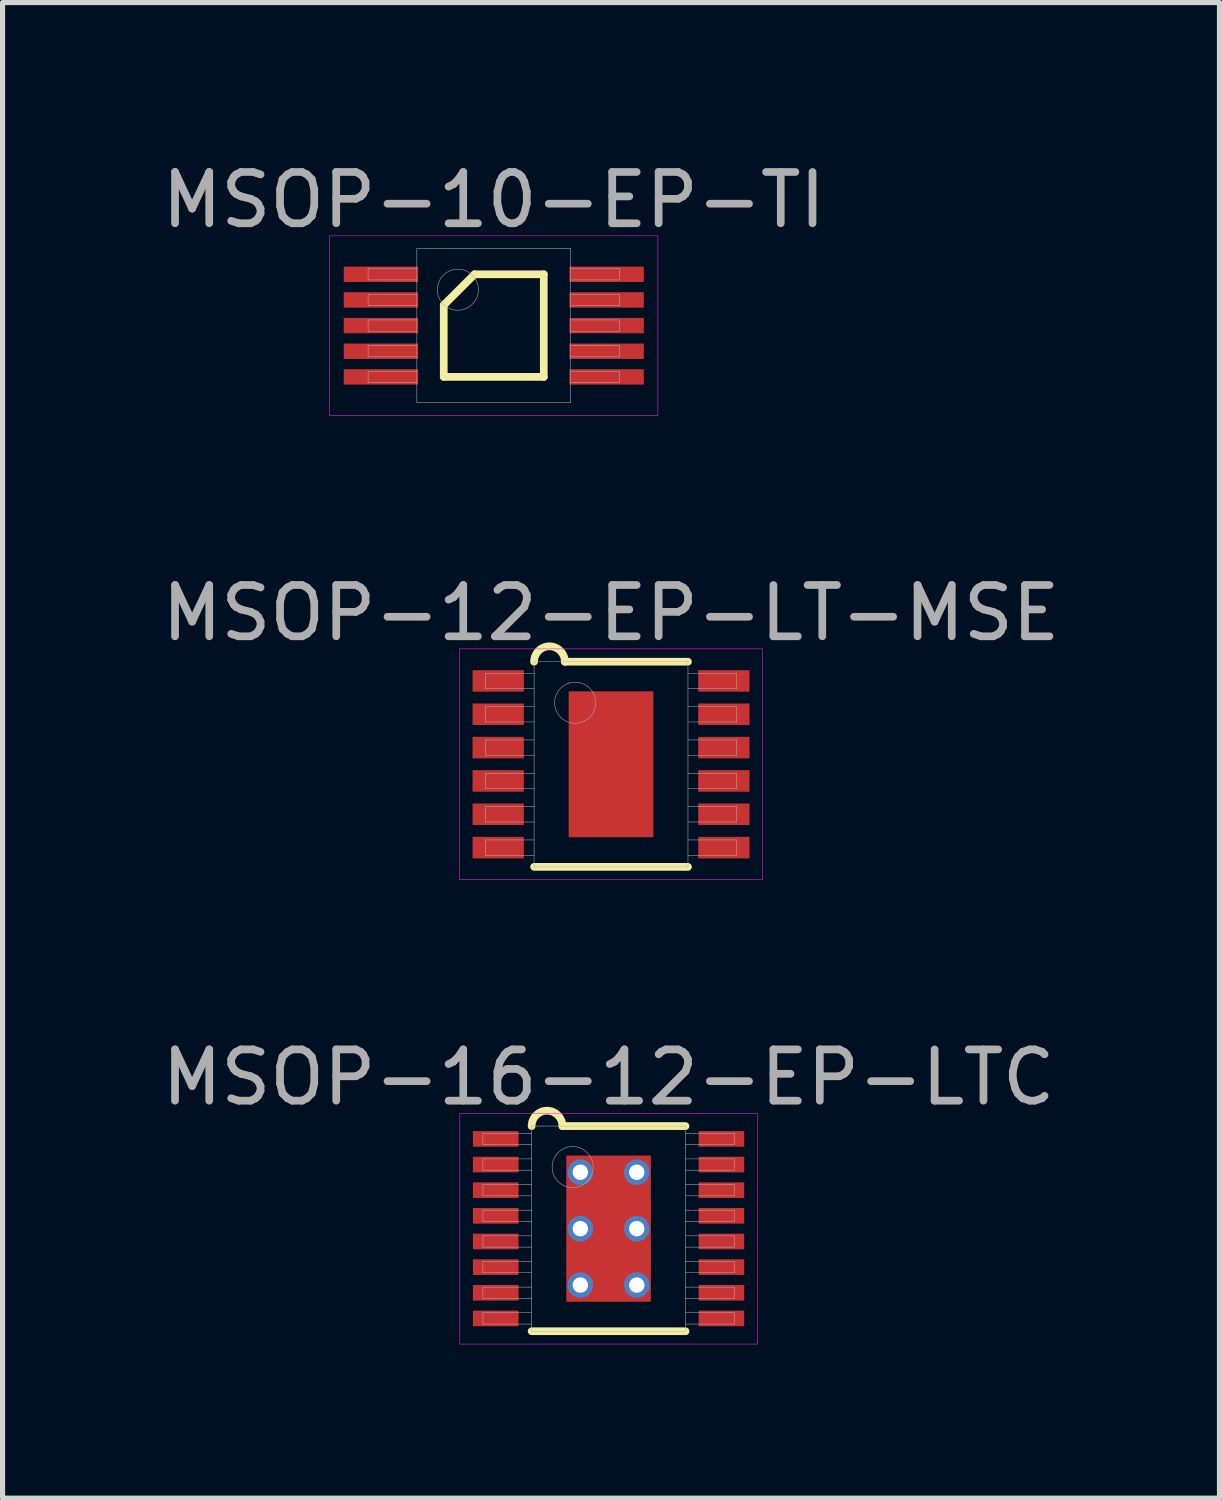
<source format=kicad_pcb>
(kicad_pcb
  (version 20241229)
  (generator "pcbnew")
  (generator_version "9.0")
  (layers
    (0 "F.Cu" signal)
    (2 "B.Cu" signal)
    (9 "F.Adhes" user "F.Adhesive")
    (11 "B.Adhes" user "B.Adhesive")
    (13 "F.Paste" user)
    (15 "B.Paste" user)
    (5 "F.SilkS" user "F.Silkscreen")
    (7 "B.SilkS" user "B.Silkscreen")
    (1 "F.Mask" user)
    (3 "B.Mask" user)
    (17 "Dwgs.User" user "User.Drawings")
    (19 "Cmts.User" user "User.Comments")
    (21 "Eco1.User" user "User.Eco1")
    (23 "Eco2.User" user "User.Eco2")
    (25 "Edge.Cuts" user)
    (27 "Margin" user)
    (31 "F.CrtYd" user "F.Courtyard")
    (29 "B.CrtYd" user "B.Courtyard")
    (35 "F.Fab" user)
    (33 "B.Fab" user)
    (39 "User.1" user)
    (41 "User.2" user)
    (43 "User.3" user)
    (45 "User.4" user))
  (footprint "MSOP-16-12-EP-LTC"
    (layer "F.Cu")
    (at 8.815 20.905)
    (property "Reference" "MSOP-16-12-EP-LTC" (at 0 -2.95 0) (layer "F.Fab") (effects (font (size 1 1) (thickness 0.15))))
    (attr smd)
    (fp_line (start -1.5 2) (end 1.5 2) (stroke (width 0.15) (type solid)) (layer "F.SilkS"))
    (fp_line (start -0.9 -2) (end 1.5 -2) (stroke (width 0.15) (type solid)) (layer "F.SilkS"))
    (fp_arc (start -1.5 -2) (mid -1.2 -2.3) (end -0.9 -2) (stroke (width 0.15) (type solid)) (layer "F.SilkS"))
    (fp_line (start -2.9 -2.25) (end 2.9 -2.25) (stroke (width 0.01) (type solid)) (layer "F.CrtYd"))
    (fp_line (start -2.9 2.25) (end -2.9 -2.25) (stroke (width 0.01) (type solid)) (layer "F.CrtYd"))
    (fp_line (start 2.9 -2.25) (end 2.9 2.25) (stroke (width 0.01) (type solid)) (layer "F.CrtYd"))
    (fp_line (start 2.9 2.25) (end -2.9 2.25) (stroke (width 0.01) (type solid)) (layer "F.CrtYd"))
    (fp_line (start -2.45 -1.86) (end -1.5 -1.86) (stroke (width 0.01) (type solid)) (layer "F.Fab"))
    (fp_line (start -2.45 -1.64) (end -2.45 -1.86) (stroke (width 0.01) (type solid)) (layer "F.Fab"))
    (fp_line (start -2.45 -1.36) (end -1.5 -1.36) (stroke (width 0.01) (type solid)) (layer "F.Fab"))
    (fp_line (start -2.45 -1.14) (end -2.45 -1.36) (stroke (width 0.01) (type solid)) (layer "F.Fab"))
    (fp_line (start -2.45 -0.86) (end -1.5 -0.86) (stroke (width 0.01) (type solid)) (layer "F.Fab"))
    (fp_line (start -2.45 -0.64) (end -2.45 -0.86) (stroke (width 0.01) (type solid)) (layer "F.Fab"))
    (fp_line (start -2.45 -0.36) (end -1.5 -0.36) (stroke (width 0.01) (type solid)) (layer "F.Fab"))
    (fp_line (start -2.45 -0.14) (end -2.45 -0.36) (stroke (width 0.01) (type solid)) (layer "F.Fab"))
    (fp_line (start -2.45 0.14) (end -1.5 0.14) (stroke (width 0.01) (type solid)) (layer "F.Fab"))
    (fp_line (start -2.45 0.36) (end -2.45 0.14) (stroke (width 0.01) (type solid)) (layer "F.Fab"))
    (fp_line (start -2.45 0.64) (end -1.5 0.64) (stroke (width 0.01) (type solid)) (layer "F.Fab"))
    (fp_line (start -2.45 0.86) (end -2.45 0.64) (stroke (width 0.01) (type solid)) (layer "F.Fab"))
    (fp_line (start -2.45 1.14) (end -1.5 1.14) (stroke (width 0.01) (type solid)) (layer "F.Fab"))
    (fp_line (start -2.45 1.36) (end -2.45 1.14) (stroke (width 0.01) (type solid)) (layer "F.Fab"))
    (fp_line (start -2.45 1.64) (end -1.5 1.64) (stroke (width 0.01) (type solid)) (layer "F.Fab"))
    (fp_line (start -2.45 1.86) (end -2.45 1.64) (stroke (width 0.01) (type solid)) (layer "F.Fab"))
    (fp_line (start -1.5 -2) (end 1.5 -2) (stroke (width 0.01) (type solid)) (layer "F.Fab"))
    (fp_line (start -1.5 -1.64) (end -2.45 -1.64) (stroke (width 0.01) (type solid)) (layer "F.Fab"))
    (fp_line (start -1.5 -1.14) (end -2.45 -1.14) (stroke (width 0.01) (type solid)) (layer "F.Fab"))
    (fp_line (start -1.5 -0.64) (end -2.45 -0.64) (stroke (width 0.01) (type solid)) (layer "F.Fab"))
    (fp_line (start -1.5 -0.14) (end -2.45 -0.14) (stroke (width 0.01) (type solid)) (layer "F.Fab"))
    (fp_line (start -1.5 0.36) (end -2.45 0.36) (stroke (width 0.01) (type solid)) (layer "F.Fab"))
    (fp_line (start -1.5 0.86) (end -2.45 0.86) (stroke (width 0.01) (type solid)) (layer "F.Fab"))
    (fp_line (start -1.5 1.36) (end -2.45 1.36) (stroke (width 0.01) (type solid)) (layer "F.Fab"))
    (fp_line (start -1.5 1.86) (end -2.45 1.86) (stroke (width 0.01) (type solid)) (layer "F.Fab"))
    (fp_line (start -1.5 2) (end -1.5 -2) (stroke (width 0.01) (type solid)) (layer "F.Fab"))
    (fp_line (start 1.5 -2) (end 1.5 2) (stroke (width 0.01) (type solid)) (layer "F.Fab"))
    (fp_line (start 1.5 -1.86) (end 2.45 -1.86) (stroke (width 0.01) (type solid)) (layer "F.Fab"))
    (fp_line (start 1.5 -1.36) (end 2.45 -1.36) (stroke (width 0.01) (type solid)) (layer "F.Fab"))
    (fp_line (start 1.5 -0.86) (end 2.45 -0.86) (stroke (width 0.01) (type solid)) (layer "F.Fab"))
    (fp_line (start 1.5 -0.36) (end 2.45 -0.36) (stroke (width 0.01) (type solid)) (layer "F.Fab"))
    (fp_line (start 1.5 0.14) (end 2.45 0.14) (stroke (width 0.01) (type solid)) (layer "F.Fab"))
    (fp_line (start 1.5 0.64) (end 2.45 0.64) (stroke (width 0.01) (type solid)) (layer "F.Fab"))
    (fp_line (start 1.5 1.14) (end 2.45 1.14) (stroke (width 0.01) (type solid)) (layer "F.Fab"))
    (fp_line (start 1.5 1.64) (end 2.45 1.64) (stroke (width 0.01) (type solid)) (layer "F.Fab"))
    (fp_line (start 1.5 2) (end -1.5 2) (stroke (width 0.01) (type solid)) (layer "F.Fab"))
    (fp_line (start 2.45 -1.86) (end 2.45 -1.64) (stroke (width 0.01) (type solid)) (layer "F.Fab"))
    (fp_line (start 2.45 -1.64) (end 1.5 -1.64) (stroke (width 0.01) (type solid)) (layer "F.Fab"))
    (fp_line (start 2.45 -1.36) (end 2.45 -1.14) (stroke (width 0.01) (type solid)) (layer "F.Fab"))
    (fp_line (start 2.45 -1.14) (end 1.5 -1.14) (stroke (width 0.01) (type solid)) (layer "F.Fab"))
    (fp_line (start 2.45 -0.86) (end 2.45 -0.64) (stroke (width 0.01) (type solid)) (layer "F.Fab"))
    (fp_line (start 2.45 -0.64) (end 1.5 -0.64) (stroke (width 0.01) (type solid)) (layer "F.Fab"))
    (fp_line (start 2.45 -0.36) (end 2.45 -0.14) (stroke (width 0.01) (type solid)) (layer "F.Fab"))
    (fp_line (start 2.45 -0.14) (end 1.5 -0.14) (stroke (width 0.01) (type solid)) (layer "F.Fab"))
    (fp_line (start 2.45 0.14) (end 2.45 0.36) (stroke (width 0.01) (type solid)) (layer "F.Fab"))
    (fp_line (start 2.45 0.36) (end 1.5 0.36) (stroke (width 0.01) (type solid)) (layer "F.Fab"))
    (fp_line (start 2.45 0.64) (end 2.45 0.86) (stroke (width 0.01) (type solid)) (layer "F.Fab"))
    (fp_line (start 2.45 0.86) (end 1.5 0.86) (stroke (width 0.01) (type solid)) (layer "F.Fab"))
    (fp_line (start 2.45 1.14) (end 2.45 1.36) (stroke (width 0.01) (type solid)) (layer "F.Fab"))
    (fp_line (start 2.45 1.36) (end 1.5 1.36) (stroke (width 0.01) (type solid)) (layer "F.Fab"))
    (fp_line (start 2.45 1.64) (end 2.45 1.86) (stroke (width 0.01) (type solid)) (layer "F.Fab"))
    (fp_line (start 2.45 1.86) (end 1.5 1.86) (stroke (width 0.01) (type solid)) (layer "F.Fab"))
    (fp_circle (center -0.7 -1.2) (end -0.7 -0.8) (stroke (width 0.01) (type solid)) (fill no) (layer "F.Fab"))
    (pad "" smd rect (at 0 -0.55) (size 1 0.7) (layers "F.Paste"))
    (pad "" smd rect (at 0 0.55) (size 1 0.7) (layers "F.Paste"))
    (pad "1" smd rect (at -2.2 -1.75) (size 0.889 0.305) (layers "F.Cu" "F.Mask" "F.Paste"))
    (pad "2" smd rect (at -2.2 -1.25) (size 0.889 0.305) (layers "F.Cu" "F.Mask" "F.Paste"))
    (pad "3" smd rect (at -2.2 -0.75) (size 0.889 0.305) (layers "F.Cu" "F.Mask" "F.Paste"))
    (pad "4" smd rect (at -2.2 -0.25) (size 0.889 0.305) (layers "F.Cu" "F.Mask" "F.Paste"))
    (pad "5" smd rect (at -2.2 0.25) (size 0.889 0.305) (layers "F.Cu" "F.Mask" "F.Paste"))
    (pad "6" smd rect (at -2.2 0.75) (size 0.889 0.305) (layers "F.Cu" "F.Mask" "F.Paste"))
    (pad "7" smd rect (at -2.2 1.25) (size 0.889 0.305) (layers "F.Cu" "F.Mask" "F.Paste"))
    (pad "8" smd rect (at -2.2 1.75) (size 0.889 0.305) (layers "F.Cu" "F.Mask" "F.Paste"))
    (pad "9" smd rect (at 2.2 1.75) (size 0.889 0.305) (layers "F.Cu" "F.Mask" "F.Paste"))
    (pad "10" smd rect (at 2.2 1.25) (size 0.889 0.305) (layers "F.Cu" "F.Mask" "F.Paste"))
    (pad "11" smd rect (at 2.2 0.75) (size 0.889 0.305) (layers "F.Cu" "F.Mask" "F.Paste"))
    (pad "12" smd rect (at 2.2 0.25) (size 0.889 0.305) (layers "F.Cu" "F.Mask" "F.Paste"))
    (pad "13" smd rect (at 2.2 -0.25) (size 0.889 0.305) (layers "F.Cu" "F.Mask" "F.Paste"))
    (pad "14" smd rect (at 2.2 -0.75) (size 0.889 0.305) (layers "F.Cu" "F.Mask" "F.Paste"))
    (pad "15" smd rect (at 2.2 -1.25) (size 0.889 0.305) (layers "F.Cu" "F.Mask" "F.Paste"))
    (pad "16" smd rect (at 2.2 -1.75) (size 0.889 0.305) (layers "F.Cu" "F.Mask" "F.Paste"))
    (pad "EP" thru_hole circle (at -0.55 -1.1) (size 0.5 0.5) (drill 0.3) (layers "*.Cu"))
    (pad "EP" thru_hole circle (at -0.55 0) (size 0.5 0.5) (drill 0.3) (layers "*.Cu"))
    (pad "EP" thru_hole circle (at -0.55 1.1) (size 0.5 0.5) (drill 0.3) (layers "*.Cu"))
    (pad "EP" smd rect (at 0 0) (size 1.65 2.85) (layers "F.Cu" "F.Mask"))
    (pad "EP" thru_hole circle (at 0.55 -1.1) (size 0.5 0.5) (drill 0.3) (layers "*.Cu"))
    (pad "EP" thru_hole circle (at 0.55 0) (size 0.5 0.5) (drill 0.3) (layers "*.Cu"))
    (pad "EP" thru_hole circle (at 0.55 1.1) (size 0.5 0.5) (drill 0.3) (layers "*.Cu")))
  (footprint "MSOP-12-EP-LT-MSE"
    (layer "F.Cu")
    (at 8.863 11.851)
    (property "Reference" "MSOP-12-EP-LT-MSE" (at 0 -2.95 0) (layer "F.Fab") (effects (font (size 1 1) (thickness 0.15))))
    (attr smd)
    (fp_line (start -1.5 2) (end 1.5 2) (stroke (width 0.15) (type solid)) (layer "F.SilkS"))
    (fp_line (start -0.9 -2) (end 1.5 -2) (stroke (width 0.15) (type solid)) (layer "F.SilkS"))
    (fp_arc (start -1.5 -2) (mid -1.2 -2.3) (end -0.9 -2) (stroke (width 0.15) (type solid)) (layer "F.SilkS"))
    (fp_line (start -2.95 -2.25) (end 2.95 -2.25) (stroke (width 0.01) (type solid)) (layer "F.CrtYd"))
    (fp_line (start -2.95 2.25) (end -2.95 -2.25) (stroke (width 0.01) (type solid)) (layer "F.CrtYd"))
    (fp_line (start 2.95 -2.25) (end 2.95 2.25) (stroke (width 0.01) (type solid)) (layer "F.CrtYd"))
    (fp_line (start 2.95 2.25) (end -2.95 2.25) (stroke (width 0.01) (type solid)) (layer "F.CrtYd"))
    (fp_line (start -2.45 -1.775) (end -1.5 -1.775) (stroke (width 0.01) (type solid)) (layer "F.Fab"))
    (fp_line (start -2.45 -1.475) (end -2.45 -1.775) (stroke (width 0.01) (type solid)) (layer "F.Fab"))
    (fp_line (start -2.45 -1.125) (end -1.5 -1.125) (stroke (width 0.01) (type solid)) (layer "F.Fab"))
    (fp_line (start -2.45 -0.825) (end -2.45 -1.125) (stroke (width 0.01) (type solid)) (layer "F.Fab"))
    (fp_line (start -2.45 -0.475) (end -1.5 -0.475) (stroke (width 0.01) (type solid)) (layer "F.Fab"))
    (fp_line (start -2.45 -0.175) (end -2.45 -0.475) (stroke (width 0.01) (type solid)) (layer "F.Fab"))
    (fp_line (start -2.45 0.175) (end -1.5 0.175) (stroke (width 0.01) (type solid)) (layer "F.Fab"))
    (fp_line (start -2.45 0.475) (end -2.45 0.175) (stroke (width 0.01) (type solid)) (layer "F.Fab"))
    (fp_line (start -2.45 0.825) (end -1.5 0.825) (stroke (width 0.01) (type solid)) (layer "F.Fab"))
    (fp_line (start -2.45 1.125) (end -2.45 0.825) (stroke (width 0.01) (type solid)) (layer "F.Fab"))
    (fp_line (start -2.45 1.475) (end -1.5 1.475) (stroke (width 0.01) (type solid)) (layer "F.Fab"))
    (fp_line (start -2.45 1.775) (end -2.45 1.475) (stroke (width 0.01) (type solid)) (layer "F.Fab"))
    (fp_line (start -1.5 -2) (end 1.5 -2) (stroke (width 0.01) (type solid)) (layer "F.Fab"))
    (fp_line (start -1.5 -1.475) (end -2.45 -1.475) (stroke (width 0.01) (type solid)) (layer "F.Fab"))
    (fp_line (start -1.5 -0.825) (end -2.45 -0.825) (stroke (width 0.01) (type solid)) (layer "F.Fab"))
    (fp_line (start -1.5 -0.175) (end -2.45 -0.175) (stroke (width 0.01) (type solid)) (layer "F.Fab"))
    (fp_line (start -1.5 0.475) (end -2.45 0.475) (stroke (width 0.01) (type solid)) (layer "F.Fab"))
    (fp_line (start -1.5 1.125) (end -2.45 1.125) (stroke (width 0.01) (type solid)) (layer "F.Fab"))
    (fp_line (start -1.5 1.775) (end -2.45 1.775) (stroke (width 0.01) (type solid)) (layer "F.Fab"))
    (fp_line (start -1.5 2) (end -1.5 -2) (stroke (width 0.01) (type solid)) (layer "F.Fab"))
    (fp_line (start 1.5 -2) (end 1.5 2) (stroke (width 0.01) (type solid)) (layer "F.Fab"))
    (fp_line (start 1.5 -1.775) (end 2.45 -1.775) (stroke (width 0.01) (type solid)) (layer "F.Fab"))
    (fp_line (start 1.5 -1.125) (end 2.45 -1.125) (stroke (width 0.01) (type solid)) (layer "F.Fab"))
    (fp_line (start 1.5 -0.475) (end 2.45 -0.475) (stroke (width 0.01) (type solid)) (layer "F.Fab"))
    (fp_line (start 1.5 0.175) (end 2.45 0.175) (stroke (width 0.01) (type solid)) (layer "F.Fab"))
    (fp_line (start 1.5 0.825) (end 2.45 0.825) (stroke (width 0.01) (type solid)) (layer "F.Fab"))
    (fp_line (start 1.5 1.475) (end 2.45 1.475) (stroke (width 0.01) (type solid)) (layer "F.Fab"))
    (fp_line (start 1.5 2) (end -1.5 2) (stroke (width 0.01) (type solid)) (layer "F.Fab"))
    (fp_line (start 2.45 -1.775) (end 2.45 -1.475) (stroke (width 0.01) (type solid)) (layer "F.Fab"))
    (fp_line (start 2.45 -1.475) (end 1.5 -1.475) (stroke (width 0.01) (type solid)) (layer "F.Fab"))
    (fp_line (start 2.45 -1.125) (end 2.45 -0.825) (stroke (width 0.01) (type solid)) (layer "F.Fab"))
    (fp_line (start 2.45 -0.825) (end 1.5 -0.825) (stroke (width 0.01) (type solid)) (layer "F.Fab"))
    (fp_line (start 2.45 -0.475) (end 2.45 -0.175) (stroke (width 0.01) (type solid)) (layer "F.Fab"))
    (fp_line (start 2.45 -0.175) (end 1.5 -0.175) (stroke (width 0.01) (type solid)) (layer "F.Fab"))
    (fp_line (start 2.45 0.175) (end 2.45 0.475) (stroke (width 0.01) (type solid)) (layer "F.Fab"))
    (fp_line (start 2.45 0.475) (end 1.5 0.475) (stroke (width 0.01) (type solid)) (layer "F.Fab"))
    (fp_line (start 2.45 0.825) (end 2.45 1.125) (stroke (width 0.01) (type solid)) (layer "F.Fab"))
    (fp_line (start 2.45 1.125) (end 1.5 1.125) (stroke (width 0.01) (type solid)) (layer "F.Fab"))
    (fp_line (start 2.45 1.475) (end 2.45 1.775) (stroke (width 0.01) (type solid)) (layer "F.Fab"))
    (fp_line (start 2.45 1.775) (end 1.5 1.775) (stroke (width 0.01) (type solid)) (layer "F.Fab"))
    (fp_circle (center -0.7 -1.2) (end -0.7 -0.8) (stroke (width 0.01) (type solid)) (fill no) (layer "F.Fab"))
    (pad "" smd rect (at 0 -0.6) (size 1.3 0.8) (layers "F.Paste"))
    (pad "" smd rect (at 0 0.6) (size 1.3 0.8) (layers "F.Paste"))
    (pad "1" smd rect (at -2.2 -1.625) (size 1 0.42) (layers "F.Cu" "F.Mask" "F.Paste"))
    (pad "2" smd rect (at -2.2 -0.975) (size 1 0.42) (layers "F.Cu" "F.Mask" "F.Paste"))
    (pad "3" smd rect (at -2.2 -0.325) (size 1 0.42) (layers "F.Cu" "F.Mask" "F.Paste"))
    (pad "4" smd rect (at -2.2 0.325) (size 1 0.42) (layers "F.Cu" "F.Mask" "F.Paste"))
    (pad "5" smd rect (at -2.2 0.975) (size 1 0.42) (layers "F.Cu" "F.Mask" "F.Paste"))
    (pad "6" smd rect (at -2.2 1.625) (size 1 0.42) (layers "F.Cu" "F.Mask" "F.Paste"))
    (pad "7" smd rect (at 2.2 1.625) (size 1 0.42) (layers "F.Cu" "F.Mask" "F.Paste"))
    (pad "8" smd rect (at 2.2 0.975) (size 1 0.42) (layers "F.Cu" "F.Mask" "F.Paste"))
    (pad "9" smd rect (at 2.2 0.325) (size 1 0.42) (layers "F.Cu" "F.Mask" "F.Paste"))
    (pad "10" smd rect (at 2.2 -0.325) (size 1 0.42) (layers "F.Cu" "F.Mask" "F.Paste"))
    (pad "11" smd rect (at 2.2 -0.975) (size 1 0.42) (layers "F.Cu" "F.Mask" "F.Paste"))
    (pad "12" smd rect (at 2.2 -1.625) (size 1 0.42) (layers "F.Cu" "F.Mask" "F.Paste"))
    (pad "EP" smd rect (at 0 0) (size 1.651 2.845) (layers "F.Cu" "F.Mask")))
  (footprint "MSOP-10-EP-TI"
    (layer "F.Cu")
    (at 6.577 3.298)
    (property "Reference" "MSOP-10-EP-TI" (at 0 -2.45 0) (layer "F.Fab") (effects (font (size 1 1) (thickness 0.15))))
    (attr through_hole)
    (fp_line (start -0.975 -0.4) (end -0.375 -1) (stroke (width 0.15) (type solid)) (layer "F.SilkS"))
    (fp_line (start -0.975 1) (end -0.975 -0.4) (stroke (width 0.15) (type solid)) (layer "F.SilkS"))
    (fp_line (start -0.375 -1) (end 0.975 -1) (stroke (width 0.15) (type solid)) (layer "F.SilkS"))
    (fp_line (start 0.975 -1) (end 0.975 1) (stroke (width 0.15) (type solid)) (layer "F.SilkS"))
    (fp_line (start 0.975 1) (end -0.975 1) (stroke (width 0.15) (type solid)) (layer "F.SilkS"))
    (fp_line (start -3.2 -1.75) (end 3.2 -1.75) (stroke (width 0.01) (type solid)) (layer "F.CrtYd"))
    (fp_line (start -3.2 1.75) (end -3.2 -1.75) (stroke (width 0.01) (type solid)) (layer "F.CrtYd"))
    (fp_line (start 3.2 -1.75) (end 3.2 1.75) (stroke (width 0.01) (type solid)) (layer "F.CrtYd"))
    (fp_line (start 3.2 1.75) (end -3.2 1.75) (stroke (width 0.01) (type solid)) (layer "F.CrtYd"))
    (fp_line (start -2.45 -1.11) (end -1.5 -1.11) (stroke (width 0.01) (type solid)) (layer "F.Fab"))
    (fp_line (start -2.45 -0.89) (end -2.45 -1.11) (stroke (width 0.01) (type solid)) (layer "F.Fab"))
    (fp_line (start -2.45 -0.61) (end -1.5 -0.61) (stroke (width 0.01) (type solid)) (layer "F.Fab"))
    (fp_line (start -2.45 -0.39) (end -2.45 -0.61) (stroke (width 0.01) (type solid)) (layer "F.Fab"))
    (fp_line (start -2.45 -0.11) (end -1.5 -0.11) (stroke (width 0.01) (type solid)) (layer "F.Fab"))
    (fp_line (start -2.45 0.11) (end -2.45 -0.11) (stroke (width 0.01) (type solid)) (layer "F.Fab"))
    (fp_line (start -2.45 0.39) (end -1.5 0.39) (stroke (width 0.01) (type solid)) (layer "F.Fab"))
    (fp_line (start -2.45 0.61) (end -2.45 0.39) (stroke (width 0.01) (type solid)) (layer "F.Fab"))
    (fp_line (start -2.45 0.89) (end -1.5 0.89) (stroke (width 0.01) (type solid)) (layer "F.Fab"))
    (fp_line (start -2.45 1.11) (end -2.45 0.89) (stroke (width 0.01) (type solid)) (layer "F.Fab"))
    (fp_line (start -1.5 -1.5) (end 1.5 -1.5) (stroke (width 0.01) (type solid)) (layer "F.Fab"))
    (fp_line (start -1.5 -0.89) (end -2.45 -0.89) (stroke (width 0.01) (type solid)) (layer "F.Fab"))
    (fp_line (start -1.5 -0.39) (end -2.45 -0.39) (stroke (width 0.01) (type solid)) (layer "F.Fab"))
    (fp_line (start -1.5 0.11) (end -2.45 0.11) (stroke (width 0.01) (type solid)) (layer "F.Fab"))
    (fp_line (start -1.5 0.61) (end -2.45 0.61) (stroke (width 0.01) (type solid)) (layer "F.Fab"))
    (fp_line (start -1.5 1.11) (end -2.45 1.11) (stroke (width 0.01) (type solid)) (layer "F.Fab"))
    (fp_line (start -1.5 1.5) (end -1.5 -1.5) (stroke (width 0.01) (type solid)) (layer "F.Fab"))
    (fp_line (start 1.5 -1.5) (end 1.5 1.5) (stroke (width 0.01) (type solid)) (layer "F.Fab"))
    (fp_line (start 1.5 -1.11) (end 2.45 -1.11) (stroke (width 0.01) (type solid)) (layer "F.Fab"))
    (fp_line (start 1.5 -0.61) (end 2.45 -0.61) (stroke (width 0.01) (type solid)) (layer "F.Fab"))
    (fp_line (start 1.5 -0.11) (end 2.45 -0.11) (stroke (width 0.01) (type solid)) (layer "F.Fab"))
    (fp_line (start 1.5 0.39) (end 2.45 0.39) (stroke (width 0.01) (type solid)) (layer "F.Fab"))
    (fp_line (start 1.5 0.89) (end 2.45 0.89) (stroke (width 0.01) (type solid)) (layer "F.Fab"))
    (fp_line (start 1.5 1.5) (end -1.5 1.5) (stroke (width 0.01) (type solid)) (layer "F.Fab"))
    (fp_line (start 2.45 -1.11) (end 2.45 -0.89) (stroke (width 0.01) (type solid)) (layer "F.Fab"))
    (fp_line (start 2.45 -0.89) (end 1.5 -0.89) (stroke (width 0.01) (type solid)) (layer "F.Fab"))
    (fp_line (start 2.45 -0.61) (end 2.45 -0.39) (stroke (width 0.01) (type solid)) (layer "F.Fab"))
    (fp_line (start 2.45 -0.39) (end 1.5 -0.39) (stroke (width 0.01) (type solid)) (layer "F.Fab"))
    (fp_line (start 2.45 -0.11) (end 2.45 0.11) (stroke (width 0.01) (type solid)) (layer "F.Fab"))
    (fp_line (start 2.45 0.11) (end 1.5 0.11) (stroke (width 0.01) (type solid)) (layer "F.Fab"))
    (fp_line (start 2.45 0.39) (end 2.45 0.61) (stroke (width 0.01) (type solid)) (layer "F.Fab"))
    (fp_line (start 2.45 0.61) (end 1.5 0.61) (stroke (width 0.01) (type solid)) (layer "F.Fab"))
    (fp_line (start 2.45 0.89) (end 2.45 1.11) (stroke (width 0.01) (type solid)) (layer "F.Fab"))
    (fp_line (start 2.45 1.11) (end 1.5 1.11) (stroke (width 0.01) (type solid)) (layer "F.Fab"))
    (fp_circle (center -0.7 -0.7) (end -0.7 -0.3) (stroke (width 0.01) (type solid)) (fill no) (layer "F.Fab"))
    (pad "1" smd rect (at -2.2 -1) (size 1.45 0.3) (layers "F.Cu" "F.Mask" "F.Paste"))
    (pad "2" smd rect (at -2.2 -0.5) (size 1.45 0.3) (layers "F.Cu" "F.Mask" "F.Paste"))
    (pad "3" smd rect (at -2.2 0) (size 1.45 0.3) (layers "F.Cu" "F.Mask" "F.Paste"))
    (pad "4" smd rect (at -2.2 0.5) (size 1.45 0.3) (layers "F.Cu" "F.Mask" "F.Paste"))
    (pad "5" smd rect (at -2.2 1) (size 1.45 0.3) (layers "F.Cu" "F.Mask" "F.Paste"))
    (pad "6" smd rect (at 2.2 1) (size 1.45 0.3) (layers "F.Cu" "F.Mask" "F.Paste"))
    (pad "7" smd rect (at 2.2 0.5) (size 1.45 0.3) (layers "F.Cu" "F.Mask" "F.Paste"))
    (pad "8" smd rect (at 2.2 0) (size 1.45 0.3) (layers "F.Cu" "F.Mask" "F.Paste"))
    (pad "9" smd rect (at 2.2 -0.5) (size 1.45 0.3) (layers "F.Cu" "F.Mask" "F.Paste"))
    (pad "10" smd rect (at 2.2 -1) (size 1.45 0.3) (layers "F.Cu" "F.Mask" "F.Paste")))
  (gr_rect
    (start -3 -3)
    (end 20.726 26.16)
    (stroke (width 0.1) (type default))
    (fill no)
    (layer "Edge.Cuts")))
</source>
